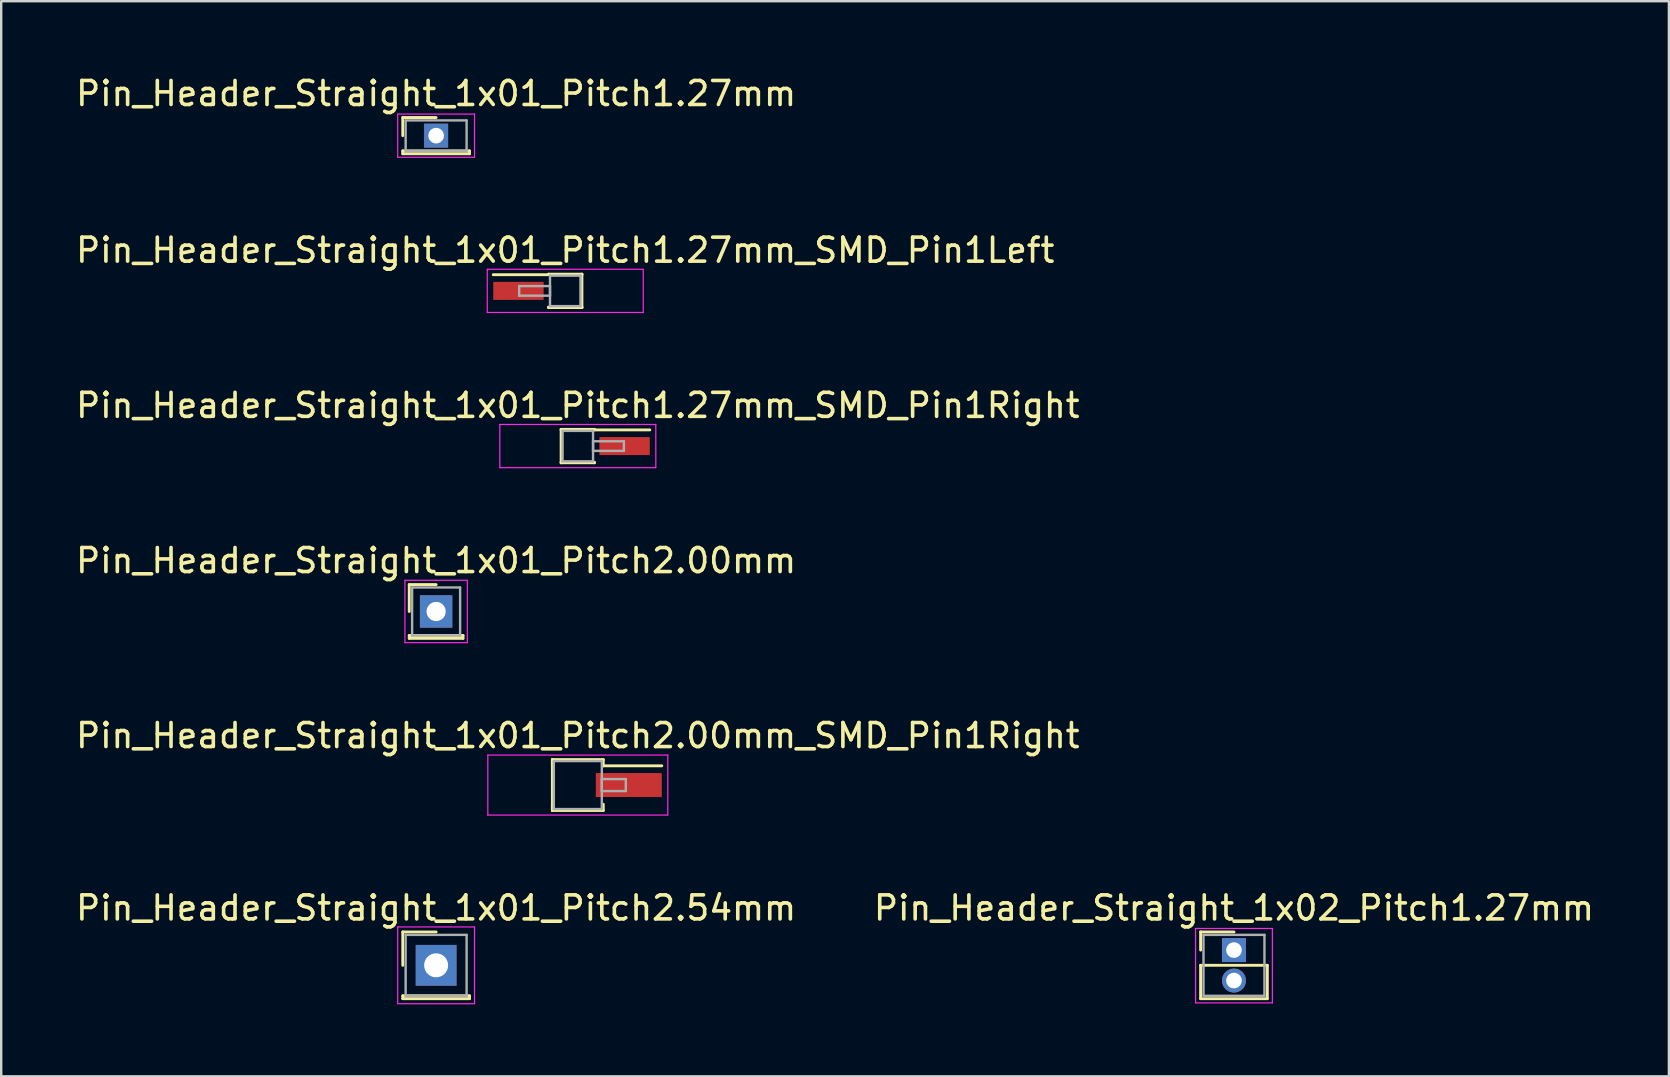
<source format=kicad_pcb>
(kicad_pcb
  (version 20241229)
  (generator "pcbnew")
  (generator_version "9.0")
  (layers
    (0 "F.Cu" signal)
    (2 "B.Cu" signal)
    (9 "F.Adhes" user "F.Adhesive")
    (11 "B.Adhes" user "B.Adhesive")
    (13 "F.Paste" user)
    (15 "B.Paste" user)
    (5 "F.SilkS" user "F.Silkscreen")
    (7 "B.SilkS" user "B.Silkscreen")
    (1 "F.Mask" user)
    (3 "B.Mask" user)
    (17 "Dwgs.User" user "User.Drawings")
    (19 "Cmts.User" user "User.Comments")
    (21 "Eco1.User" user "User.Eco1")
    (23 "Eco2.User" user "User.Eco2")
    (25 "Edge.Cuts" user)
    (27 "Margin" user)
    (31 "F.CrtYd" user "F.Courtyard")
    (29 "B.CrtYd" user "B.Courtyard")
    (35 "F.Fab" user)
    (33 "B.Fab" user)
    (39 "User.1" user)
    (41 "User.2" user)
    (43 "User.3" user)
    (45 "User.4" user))
  (footprint "Pin_Header_Straight_1x01_Pitch1.27mm"
    (layer "F.Cu")
    (at 15.125 2.603)
    (property "Reference" "Pin_Header_Straight_1x01_Pitch1.27mm" (at 0 -1.755 0) (layer "F.SilkS") (effects (font (size 1 1) (thickness 0.15))))
    (attr through_hole)
    (fp_line (start -1.39 -0.755) (end 0 -0.755) (stroke (width 0.12) (type solid)) (layer "F.SilkS"))
    (fp_line (start -1.39 0) (end -1.39 -0.755) (stroke (width 0.12) (type solid)) (layer "F.SilkS"))
    (fp_line (start -1.39 0.635) (end -1.39 0.755) (stroke (width 0.12) (type solid)) (layer "F.SilkS"))
    (fp_line (start -1.39 0.755) (end 1.39 0.755) (stroke (width 0.12) (type solid)) (layer "F.SilkS"))
    (fp_line (start 1.39 0.635) (end -1.39 0.635) (stroke (width 0.12) (type solid)) (layer "F.SilkS"))
    (fp_line (start 1.39 0.755) (end 1.39 0.635) (stroke (width 0.12) (type solid)) (layer "F.SilkS"))
    (fp_line (start -1.6 -0.9) (end -1.6 0.9) (stroke (width 0.05) (type solid)) (layer "F.CrtYd"))
    (fp_line (start -1.6 0.9) (end 1.6 0.9) (stroke (width 0.05) (type solid)) (layer "F.CrtYd"))
    (fp_line (start 1.6 -0.9) (end -1.6 -0.9) (stroke (width 0.05) (type solid)) (layer "F.CrtYd"))
    (fp_line (start 1.6 0.9) (end 1.6 -0.9) (stroke (width 0.05) (type solid)) (layer "F.CrtYd"))
    (fp_line (start -1.27 -0.635) (end -1.27 0.635) (stroke (width 0.1) (type solid)) (layer "F.Fab"))
    (fp_line (start -1.27 0.635) (end 1.27 0.635) (stroke (width 0.1) (type solid)) (layer "F.Fab"))
    (fp_line (start 1.27 -0.635) (end -1.27 -0.635) (stroke (width 0.1) (type solid)) (layer "F.Fab"))
    (fp_line (start 1.27 0.635) (end 1.27 -0.635) (stroke (width 0.1) (type solid)) (layer "F.Fab"))
    (pad "1" thru_hole rect (at 0 0) (size 1 1) (drill 0.65) (layers "*.Cu" "*.Mask")))
  (footprint "Pin_Header_Straight_1x01_Pitch1.27mm_SMD_Pin1Right"
    (layer "F.Cu")
    (at 21.03 15.54)
    (property "Reference" "Pin_Header_Straight_1x01_Pitch1.27mm_SMD_Pin1Right" (at 0 -1.695 0) (layer "F.SilkS") (effects (font (size 1 1) (thickness 0.15))))
    (attr smd)
    (fp_line (start -0.695 -0.695) (end -0.695 0.695) (stroke (width 0.12) (type solid)) (layer "F.SilkS"))
    (fp_line (start -0.695 -0.695) (end 0.695 -0.695) (stroke (width 0.12) (type solid)) (layer "F.SilkS"))
    (fp_line (start -0.695 -0.675) (end -0.695 -0.695) (stroke (width 0.12) (type solid)) (layer "F.SilkS"))
    (fp_line (start -0.695 0.675) (end -0.695 0.695) (stroke (width 0.12) (type solid)) (layer "F.SilkS"))
    (fp_line (start -0.695 0.695) (end 0.695 0.695) (stroke (width 0.12) (type solid)) (layer "F.SilkS"))
    (fp_line (start 0.695 -0.695) (end 0.695 -0.675) (stroke (width 0.12) (type solid)) (layer "F.SilkS"))
    (fp_line (start 0.695 -0.675) (end 3 -0.675) (stroke (width 0.12) (type solid)) (layer "F.SilkS"))
    (fp_line (start 0.695 0.695) (end 0.695 0.675) (stroke (width 0.12) (type solid)) (layer "F.SilkS"))
    (fp_line (start -3.25 -0.9) (end -3.25 0.9) (stroke (width 0.05) (type solid)) (layer "F.CrtYd"))
    (fp_line (start -3.25 0.9) (end 3.25 0.9) (stroke (width 0.05) (type solid)) (layer "F.CrtYd"))
    (fp_line (start 3.25 -0.9) (end -3.25 -0.9) (stroke (width 0.05) (type solid)) (layer "F.CrtYd"))
    (fp_line (start 3.25 0.9) (end 3.25 -0.9) (stroke (width 0.05) (type solid)) (layer "F.CrtYd"))
    (fp_line (start -0.635 -0.635) (end -0.635 0.635) (stroke (width 0.1) (type solid)) (layer "F.Fab"))
    (fp_line (start -0.635 0.635) (end 0.635 0.635) (stroke (width 0.1) (type solid)) (layer "F.Fab"))
    (fp_line (start 0.635 -0.635) (end -0.635 -0.635) (stroke (width 0.1) (type solid)) (layer "F.Fab"))
    (fp_line (start 0.635 -0.2) (end 0.635 0.2) (stroke (width 0.1) (type solid)) (layer "F.Fab"))
    (fp_line (start 0.635 0.2) (end 1.92 0.2) (stroke (width 0.1) (type solid)) (layer "F.Fab"))
    (fp_line (start 0.635 0.635) (end 0.635 -0.635) (stroke (width 0.1) (type solid)) (layer "F.Fab"))
    (fp_line (start 1.92 -0.2) (end 0.635 -0.2) (stroke (width 0.1) (type solid)) (layer "F.Fab"))
    (fp_line (start 1.92 0.2) (end 1.92 -0.2) (stroke (width 0.1) (type solid)) (layer "F.Fab"))
    (pad "1" smd rect (at 1.95 0) (size 2.1 0.75) (layers "F.Cu" "F.Mask")))
  (footprint "Pin_Header_Straight_1x01_Pitch2.54mm"
    (layer "F.Cu")
    (at 15.125 37.179)
    (property "Reference" "Pin_Header_Straight_1x01_Pitch2.54mm" (at 0 -2.39 0) (layer "F.SilkS") (effects (font (size 1 1) (thickness 0.15))))
    (attr through_hole)
    (fp_line (start -1.39 -1.39) (end 0 -1.39) (stroke (width 0.12) (type solid)) (layer "F.SilkS"))
    (fp_line (start -1.39 0) (end -1.39 -1.39) (stroke (width 0.12) (type solid)) (layer "F.SilkS"))
    (fp_line (start -1.39 1.27) (end -1.39 1.39) (stroke (width 0.12) (type solid)) (layer "F.SilkS"))
    (fp_line (start -1.39 1.39) (end 1.39 1.39) (stroke (width 0.12) (type solid)) (layer "F.SilkS"))
    (fp_line (start 1.39 1.27) (end -1.39 1.27) (stroke (width 0.12) (type solid)) (layer "F.SilkS"))
    (fp_line (start 1.39 1.39) (end 1.39 1.27) (stroke (width 0.12) (type solid)) (layer "F.SilkS"))
    (fp_line (start -1.6 -1.6) (end -1.6 1.6) (stroke (width 0.05) (type solid)) (layer "F.CrtYd"))
    (fp_line (start -1.6 1.6) (end 1.6 1.6) (stroke (width 0.05) (type solid)) (layer "F.CrtYd"))
    (fp_line (start 1.6 -1.6) (end -1.6 -1.6) (stroke (width 0.05) (type solid)) (layer "F.CrtYd"))
    (fp_line (start 1.6 1.6) (end 1.6 -1.6) (stroke (width 0.05) (type solid)) (layer "F.CrtYd"))
    (fp_line (start -1.27 -1.27) (end -1.27 1.27) (stroke (width 0.1) (type solid)) (layer "F.Fab"))
    (fp_line (start -1.27 1.27) (end 1.27 1.27) (stroke (width 0.1) (type solid)) (layer "F.Fab"))
    (fp_line (start 1.27 -1.27) (end -1.27 -1.27) (stroke (width 0.1) (type solid)) (layer "F.Fab"))
    (fp_line (start 1.27 1.27) (end 1.27 -1.27) (stroke (width 0.1) (type solid)) (layer "F.Fab"))
    (pad "1" thru_hole rect (at 0 0) (size 1.7 1.7) (drill 1) (layers "*.Cu" "*.Mask")))
  (footprint "Pin_Header_Straight_1x01_Pitch2.00mm_SMD_Pin1Right"
    (layer "F.Cu")
    (at 21.03 29.666)
    (property "Reference" "Pin_Header_Straight_1x01_Pitch2.00mm_SMD_Pin1Right" (at 0 -2.06 0) (layer "F.SilkS") (effects (font (size 1 1) (thickness 0.15))))
    (attr smd)
    (fp_line (start -1.06 -1.06) (end -1.06 1.06) (stroke (width 0.12) (type solid)) (layer "F.SilkS"))
    (fp_line (start -1.06 -1.06) (end 1.06 -1.06) (stroke (width 0.12) (type solid)) (layer "F.SilkS"))
    (fp_line (start -1.06 -0.8) (end -1.06 -1.06) (stroke (width 0.12) (type solid)) (layer "F.SilkS"))
    (fp_line (start -1.06 0.8) (end -1.06 1.06) (stroke (width 0.12) (type solid)) (layer "F.SilkS"))
    (fp_line (start -1.06 1.06) (end 1.06 1.06) (stroke (width 0.12) (type solid)) (layer "F.SilkS"))
    (fp_line (start 1.06 -1.06) (end 1.06 -0.8) (stroke (width 0.12) (type solid)) (layer "F.SilkS"))
    (fp_line (start 1.06 -0.8) (end 3.5 -0.8) (stroke (width 0.12) (type solid)) (layer "F.SilkS"))
    (fp_line (start 1.06 1.06) (end 1.06 0.8) (stroke (width 0.12) (type solid)) (layer "F.SilkS"))
    (fp_line (start -3.75 -1.25) (end -3.75 1.25) (stroke (width 0.05) (type solid)) (layer "F.CrtYd"))
    (fp_line (start -3.75 1.25) (end 3.75 1.25) (stroke (width 0.05) (type solid)) (layer "F.CrtYd"))
    (fp_line (start 3.75 -1.25) (end -3.75 -1.25) (stroke (width 0.05) (type solid)) (layer "F.CrtYd"))
    (fp_line (start 3.75 1.25) (end 3.75 -1.25) (stroke (width 0.05) (type solid)) (layer "F.CrtYd"))
    (fp_line (start -1 -1) (end -1 1) (stroke (width 0.1) (type solid)) (layer "F.Fab"))
    (fp_line (start -1 1) (end 1 1) (stroke (width 0.1) (type solid)) (layer "F.Fab"))
    (fp_line (start 1 -1) (end -1 -1) (stroke (width 0.1) (type solid)) (layer "F.Fab"))
    (fp_line (start 1 -0.25) (end 1 0.25) (stroke (width 0.1) (type solid)) (layer "F.Fab"))
    (fp_line (start 1 0.25) (end 2 0.25) (stroke (width 0.1) (type solid)) (layer "F.Fab"))
    (fp_line (start 1 1) (end 1 -1) (stroke (width 0.1) (type solid)) (layer "F.Fab"))
    (fp_line (start 2 -0.25) (end 1 -0.25) (stroke (width 0.1) (type solid)) (layer "F.Fab"))
    (fp_line (start 2 0.25) (end 2 -0.25) (stroke (width 0.1) (type solid)) (layer "F.Fab"))
    (pad "1" smd rect (at 2.125 0) (size 2.75 1) (layers "F.Cu" "F.Mask")))
  (footprint "Pin_Header_Straight_1x01_Pitch1.27mm_SMD_Pin1Left"
    (layer "F.Cu")
    (at 20.506 9.072)
    (property "Reference" "Pin_Header_Straight_1x01_Pitch1.27mm_SMD_Pin1Left" (at 0 -1.695 0) (layer "F.SilkS") (effects (font (size 1 1) (thickness 0.15))))
    (attr smd)
    (fp_line (start -0.695 -0.695) (end 0.695 -0.695) (stroke (width 0.12) (type solid)) (layer "F.SilkS"))
    (fp_line (start -0.695 -0.675) (end -3 -0.675) (stroke (width 0.12) (type solid)) (layer "F.SilkS"))
    (fp_line (start -0.695 -0.675) (end -0.695 -0.695) (stroke (width 0.12) (type solid)) (layer "F.SilkS"))
    (fp_line (start -0.695 0.675) (end -0.695 0.695) (stroke (width 0.12) (type solid)) (layer "F.SilkS"))
    (fp_line (start -0.695 0.695) (end 0.695 0.695) (stroke (width 0.12) (type solid)) (layer "F.SilkS"))
    (fp_line (start 0.695 -0.695) (end 0.695 -0.675) (stroke (width 0.12) (type solid)) (layer "F.SilkS"))
    (fp_line (start 0.695 -0.695) (end 0.695 0.695) (stroke (width 0.12) (type solid)) (layer "F.SilkS"))
    (fp_line (start 0.695 0.695) (end 0.695 0.675) (stroke (width 0.12) (type solid)) (layer "F.SilkS"))
    (fp_line (start -3.25 -0.9) (end -3.25 0.9) (stroke (width 0.05) (type solid)) (layer "F.CrtYd"))
    (fp_line (start -3.25 0.9) (end 3.25 0.9) (stroke (width 0.05) (type solid)) (layer "F.CrtYd"))
    (fp_line (start 3.25 -0.9) (end -3.25 -0.9) (stroke (width 0.05) (type solid)) (layer "F.CrtYd"))
    (fp_line (start 3.25 0.9) (end 3.25 -0.9) (stroke (width 0.05) (type solid)) (layer "F.CrtYd"))
    (fp_line (start -1.92 -0.2) (end -0.635 -0.2) (stroke (width 0.1) (type solid)) (layer "F.Fab"))
    (fp_line (start -1.92 0.2) (end -1.92 -0.2) (stroke (width 0.1) (type solid)) (layer "F.Fab"))
    (fp_line (start -0.635 -0.635) (end -0.635 0.635) (stroke (width 0.1) (type solid)) (layer "F.Fab"))
    (fp_line (start -0.635 -0.2) (end -0.635 0.2) (stroke (width 0.1) (type solid)) (layer "F.Fab"))
    (fp_line (start -0.635 0.2) (end -1.92 0.2) (stroke (width 0.1) (type solid)) (layer "F.Fab"))
    (fp_line (start -0.635 0.635) (end 0.635 0.635) (stroke (width 0.1) (type solid)) (layer "F.Fab"))
    (fp_line (start 0.635 -0.635) (end -0.635 -0.635) (stroke (width 0.1) (type solid)) (layer "F.Fab"))
    (fp_line (start 0.635 0.635) (end 0.635 -0.635) (stroke (width 0.1) (type solid)) (layer "F.Fab"))
    (pad "1" smd rect (at -1.95 0) (size 2.1 0.75) (layers "F.Cu" "F.Mask")))
  (footprint "Pin_Header_Straight_1x02_Pitch1.27mm"
    (layer "F.Cu")
    (at 48.375 36.544)
    (property "Reference" "Pin_Header_Straight_1x02_Pitch1.27mm" (at 0 -1.755 0) (layer "F.SilkS") (effects (font (size 1 1) (thickness 0.15))))
    (attr through_hole)
    (fp_line (start -1.39 -0.755) (end 0 -0.755) (stroke (width 0.12) (type solid)) (layer "F.SilkS"))
    (fp_line (start -1.39 0) (end -1.39 -0.755) (stroke (width 0.12) (type solid)) (layer "F.SilkS"))
    (fp_line (start -1.39 0.635) (end -1.39 2.025) (stroke (width 0.12) (type solid)) (layer "F.SilkS"))
    (fp_line (start -1.39 2.025) (end 1.39 2.025) (stroke (width 0.12) (type solid)) (layer "F.SilkS"))
    (fp_line (start 1.39 0.635) (end -1.39 0.635) (stroke (width 0.12) (type solid)) (layer "F.SilkS"))
    (fp_line (start 1.39 2.025) (end 1.39 0.635) (stroke (width 0.12) (type solid)) (layer "F.SilkS"))
    (fp_line (start -1.6 -0.9) (end -1.6 2.2) (stroke (width 0.05) (type solid)) (layer "F.CrtYd"))
    (fp_line (start -1.6 2.2) (end 1.6 2.2) (stroke (width 0.05) (type solid)) (layer "F.CrtYd"))
    (fp_line (start 1.6 -0.9) (end -1.6 -0.9) (stroke (width 0.05) (type solid)) (layer "F.CrtYd"))
    (fp_line (start 1.6 2.2) (end 1.6 -0.9) (stroke (width 0.05) (type solid)) (layer "F.CrtYd"))
    (fp_line (start -1.27 -0.635) (end -1.27 1.905) (stroke (width 0.1) (type solid)) (layer "F.Fab"))
    (fp_line (start -1.27 1.905) (end 1.27 1.905) (stroke (width 0.1) (type solid)) (layer "F.Fab"))
    (fp_line (start 1.27 -0.635) (end -1.27 -0.635) (stroke (width 0.1) (type solid)) (layer "F.Fab"))
    (fp_line (start 1.27 1.905) (end 1.27 -0.635) (stroke (width 0.1) (type solid)) (layer "F.Fab"))
    (pad "1" thru_hole rect (at 0 0) (size 1 1) (drill 0.65) (layers "*.Cu" "*.Mask"))
    (pad "2" thru_hole oval (at 0 1.27) (size 1 1) (drill 0.65) (layers "*.Cu" "*.Mask")))
  (footprint "Pin_Header_Straight_1x01_Pitch2.00mm"
    (layer "F.Cu")
    (at 15.125 22.433)
    (property "Reference" "Pin_Header_Straight_1x01_Pitch2.00mm" (at 0 -2.12 0) (layer "F.SilkS") (effects (font (size 1 1) (thickness 0.15))))
    (attr through_hole)
    (fp_line (start -1.12 -1.12) (end 0 -1.12) (stroke (width 0.12) (type solid)) (layer "F.SilkS"))
    (fp_line (start -1.12 0) (end -1.12 -1.12) (stroke (width 0.12) (type solid)) (layer "F.SilkS"))
    (fp_line (start -1.12 1) (end -1.12 1.12) (stroke (width 0.12) (type solid)) (layer "F.SilkS"))
    (fp_line (start -1.12 1.12) (end 1.12 1.12) (stroke (width 0.12) (type solid)) (layer "F.SilkS"))
    (fp_line (start 1.12 1) (end -1.12 1) (stroke (width 0.12) (type solid)) (layer "F.SilkS"))
    (fp_line (start 1.12 1.12) (end 1.12 1) (stroke (width 0.12) (type solid)) (layer "F.SilkS"))
    (fp_line (start -1.3 -1.3) (end -1.3 1.3) (stroke (width 0.05) (type solid)) (layer "F.CrtYd"))
    (fp_line (start -1.3 1.3) (end 1.3 1.3) (stroke (width 0.05) (type solid)) (layer "F.CrtYd"))
    (fp_line (start 1.3 -1.3) (end -1.3 -1.3) (stroke (width 0.05) (type solid)) (layer "F.CrtYd"))
    (fp_line (start 1.3 1.3) (end 1.3 -1.3) (stroke (width 0.05) (type solid)) (layer "F.CrtYd"))
    (fp_line (start -1 -1) (end -1 1) (stroke (width 0.1) (type solid)) (layer "F.Fab"))
    (fp_line (start -1 1) (end 1 1) (stroke (width 0.1) (type solid)) (layer "F.Fab"))
    (fp_line (start 1 -1) (end -1 -1) (stroke (width 0.1) (type solid)) (layer "F.Fab"))
    (fp_line (start 1 1) (end 1 -1) (stroke (width 0.1) (type solid)) (layer "F.Fab"))
    (pad "1" thru_hole rect (at 0 0) (size 1.35 1.35) (drill 0.8) (layers "*.Cu" "*.Mask")))
  (gr_rect
    (start -3 -3)
    (end 66.5 41.804)
    (stroke (width 0.1) (type default))
    (fill no)
    (layer "Edge.Cuts")))
</source>
